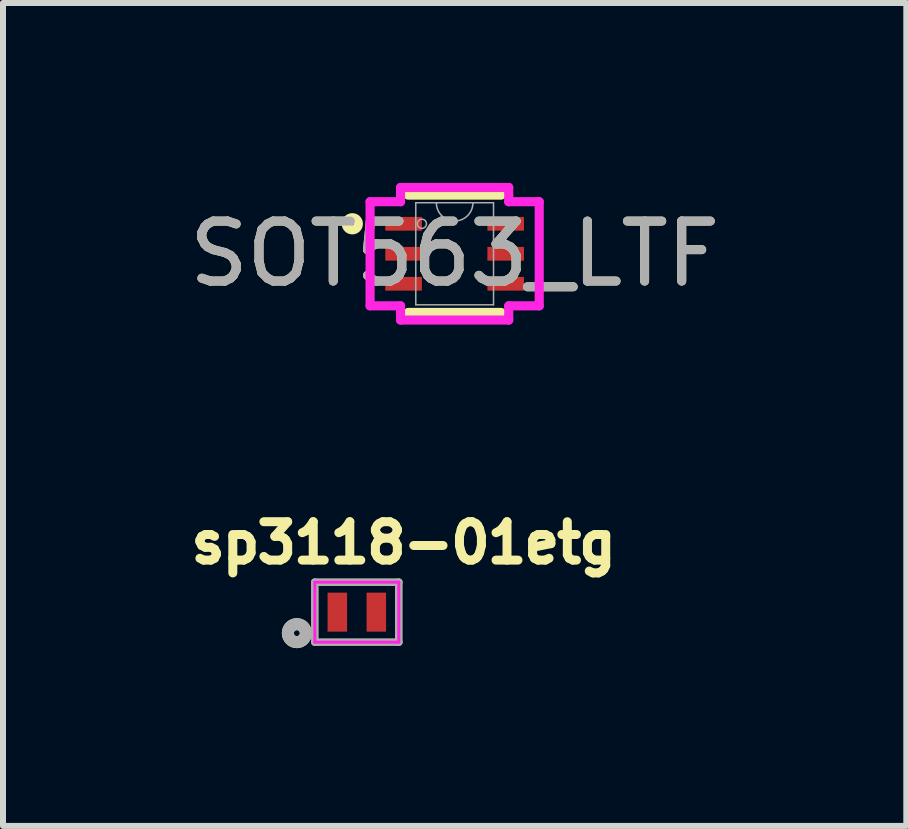
<source format=kicad_pcb>
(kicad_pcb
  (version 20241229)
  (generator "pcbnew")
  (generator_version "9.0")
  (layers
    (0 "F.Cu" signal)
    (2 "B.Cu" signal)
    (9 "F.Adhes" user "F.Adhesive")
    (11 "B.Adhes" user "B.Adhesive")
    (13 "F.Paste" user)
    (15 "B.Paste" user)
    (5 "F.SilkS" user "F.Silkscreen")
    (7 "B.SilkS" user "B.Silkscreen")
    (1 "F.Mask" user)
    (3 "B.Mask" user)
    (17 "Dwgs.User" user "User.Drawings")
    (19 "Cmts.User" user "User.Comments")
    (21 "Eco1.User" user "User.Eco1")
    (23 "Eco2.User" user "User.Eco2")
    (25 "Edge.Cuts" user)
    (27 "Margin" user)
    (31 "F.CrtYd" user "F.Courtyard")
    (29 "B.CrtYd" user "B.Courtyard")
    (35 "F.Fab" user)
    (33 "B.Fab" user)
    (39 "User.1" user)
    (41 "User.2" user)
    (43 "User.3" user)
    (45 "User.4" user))
  (footprint "sp3118-01etg"
    (layer "F.Cu")
    (at 2.899 7.156)
    (property "Reference" "sp3118-01etg" (at 0.782 -1.156 0) (layer "F.SilkS") (effects (font (size 0.64 0.64) (thickness 0.15))))
    (attr smd)
    (fp_poly (pts (xy -0.15 -0.3) (xy -0.15 0.3) (xy -0.15 0.303) (xy -0.15 0.305) (xy -0.151 0.308) (xy -0.151 0.31) (xy -0.152 0.313) (xy -0.152 0.315) (xy -0.153 0.318) (xy -0.154 0.32) (xy -0.155 0.323) (xy -0.157 0.325) (xy -0.158 0.327) (xy -0.16 0.329) (xy -0.161 0.331) (xy -0.163 0.333) (xy -0.165 0.335) (xy -0.167 0.337) (xy -0.169 0.339) (xy -0.171 0.34) (xy -0.173 0.342) (xy -0.175 0.343) (xy -0.177 0.345) (xy -0.18 0.346) (xy -0.182 0.347) (xy -0.185 0.348) (xy -0.187 0.348) (xy -0.19 0.349) (xy -0.192 0.349) (xy -0.195 0.35) (xy -0.197 0.35) (xy -0.2 0.35) (xy -0.5 0.35) (xy -0.503 0.35) (xy -0.505 0.35) (xy -0.508 0.349) (xy -0.51 0.349) (xy -0.513 0.348) (xy -0.515 0.348) (xy -0.518 0.347) (xy -0.52 0.346) (xy -0.523 0.345) (xy -0.525 0.343) (xy -0.527 0.342) (xy -0.529 0.34) (xy -0.531 0.339) (xy -0.533 0.337) (xy -0.535 0.335) (xy -0.537 0.333) (xy -0.539 0.331) (xy -0.54 0.329) (xy -0.542 0.327) (xy -0.543 0.325) (xy -0.545 0.323) (xy -0.546 0.32) (xy -0.547 0.318) (xy -0.548 0.315) (xy -0.548 0.313) (xy -0.549 0.31) (xy -0.549 0.308) (xy -0.55 0.305) (xy -0.55 0.303) (xy -0.55 0.3) (xy -0.55 -0.3) (xy -0.55 -0.303) (xy -0.55 -0.305) (xy -0.549 -0.308) (xy -0.549 -0.31) (xy -0.548 -0.313) (xy -0.548 -0.315) (xy -0.547 -0.318) (xy -0.546 -0.32) (xy -0.545 -0.323) (xy -0.543 -0.325) (xy -0.542 -0.327) (xy -0.54 -0.329) (xy -0.539 -0.331) (xy -0.537 -0.333) (xy -0.535 -0.335) (xy -0.533 -0.337) (xy -0.531 -0.339) (xy -0.529 -0.34) (xy -0.527 -0.342) (xy -0.525 -0.343) (xy -0.523 -0.345) (xy -0.52 -0.346) (xy -0.518 -0.347) (xy -0.515 -0.348) (xy -0.513 -0.348) (xy -0.51 -0.349) (xy -0.508 -0.349) (xy -0.505 -0.35) (xy -0.503 -0.35) (xy -0.5 -0.35) (xy -0.2 -0.35) (xy -0.197 -0.35) (xy -0.195 -0.35) (xy -0.192 -0.349) (xy -0.19 -0.349) (xy -0.187 -0.348) (xy -0.185 -0.348) (xy -0.182 -0.347) (xy -0.18 -0.346) (xy -0.177 -0.345) (xy -0.175 -0.343) (xy -0.173 -0.342) (xy -0.171 -0.34) (xy -0.169 -0.339) (xy -0.167 -0.337) (xy -0.165 -0.335) (xy -0.163 -0.333) (xy -0.161 -0.331) (xy -0.16 -0.329) (xy -0.158 -0.327) (xy -0.157 -0.325) (xy -0.155 -0.323) (xy -0.154 -0.32) (xy -0.153 -0.318) (xy -0.152 -0.315) (xy -0.152 -0.313) (xy -0.151 -0.31) (xy -0.151 -0.308) (xy -0.15 -0.305) (xy -0.15 -0.303) (xy -0.15 -0.3)) (stroke (width 0.01) (type solid)) (fill yes) (layer "F.Mask"))
    (fp_poly (pts (xy 0.55 -0.3) (xy 0.55 0.3) (xy 0.55 0.303) (xy 0.55 0.305) (xy 0.549 0.308) (xy 0.549 0.31) (xy 0.548 0.313) (xy 0.548 0.315) (xy 0.547 0.318) (xy 0.546 0.32) (xy 0.545 0.323) (xy 0.543 0.325) (xy 0.542 0.327) (xy 0.54 0.329) (xy 0.539 0.331) (xy 0.537 0.333) (xy 0.535 0.335) (xy 0.533 0.337) (xy 0.531 0.339) (xy 0.529 0.34) (xy 0.527 0.342) (xy 0.525 0.343) (xy 0.523 0.345) (xy 0.52 0.346) (xy 0.518 0.347) (xy 0.515 0.348) (xy 0.513 0.348) (xy 0.51 0.349) (xy 0.508 0.349) (xy 0.505 0.35) (xy 0.503 0.35) (xy 0.5 0.35) (xy 0.2 0.35) (xy 0.197 0.35) (xy 0.195 0.35) (xy 0.192 0.349) (xy 0.19 0.349) (xy 0.187 0.348) (xy 0.185 0.348) (xy 0.182 0.347) (xy 0.18 0.346) (xy 0.177 0.345) (xy 0.175 0.343) (xy 0.173 0.342) (xy 0.171 0.34) (xy 0.169 0.339) (xy 0.167 0.337) (xy 0.165 0.335) (xy 0.163 0.333) (xy 0.161 0.331) (xy 0.16 0.329) (xy 0.158 0.327) (xy 0.157 0.325) (xy 0.155 0.323) (xy 0.154 0.32) (xy 0.153 0.318) (xy 0.152 0.315) (xy 0.152 0.313) (xy 0.151 0.31) (xy 0.151 0.308) (xy 0.15 0.305) (xy 0.15 0.303) (xy 0.15 0.3) (xy 0.15 -0.3) (xy 0.15 -0.303) (xy 0.15 -0.305) (xy 0.151 -0.308) (xy 0.151 -0.31) (xy 0.152 -0.313) (xy 0.152 -0.315) (xy 0.153 -0.318) (xy 0.154 -0.32) (xy 0.155 -0.323) (xy 0.157 -0.325) (xy 0.158 -0.327) (xy 0.16 -0.329) (xy 0.161 -0.331) (xy 0.163 -0.333) (xy 0.165 -0.335) (xy 0.167 -0.337) (xy 0.169 -0.339) (xy 0.171 -0.34) (xy 0.173 -0.342) (xy 0.175 -0.343) (xy 0.177 -0.345) (xy 0.18 -0.346) (xy 0.182 -0.347) (xy 0.185 -0.348) (xy 0.187 -0.348) (xy 0.19 -0.349) (xy 0.192 -0.349) (xy 0.195 -0.35) (xy 0.197 -0.35) (xy 0.2 -0.35) (xy 0.5 -0.35) (xy 0.503 -0.35) (xy 0.505 -0.35) (xy 0.508 -0.349) (xy 0.51 -0.349) (xy 0.513 -0.348) (xy 0.515 -0.348) (xy 0.518 -0.347) (xy 0.52 -0.346) (xy 0.523 -0.345) (xy 0.525 -0.343) (xy 0.527 -0.342) (xy 0.529 -0.34) (xy 0.531 -0.339) (xy 0.533 -0.337) (xy 0.535 -0.335) (xy 0.537 -0.333) (xy 0.539 -0.331) (xy 0.54 -0.329) (xy 0.542 -0.327) (xy 0.543 -0.325) (xy 0.545 -0.323) (xy 0.546 -0.32) (xy 0.547 -0.318) (xy 0.548 -0.315) (xy 0.548 -0.313) (xy 0.549 -0.31) (xy 0.549 -0.308) (xy 0.55 -0.305) (xy 0.55 -0.303) (xy 0.55 -0.3)) (stroke (width 0.01) (type solid)) (fill yes) (layer "F.Mask"))
    (fp_line (start -0.7 -0.5) (end -0.6 -0.5) (stroke (width 0.1) (type default)) (layer "F.SilkS"))
    (fp_line (start -0.7 0.5) (end -0.7 -0.5) (stroke (width 0.1) (type default)) (layer "F.SilkS"))
    (fp_line (start -0.6 -0.5) (end 0.7 -0.5) (stroke (width 0.1) (type default)) (layer "F.SilkS"))
    (fp_line (start 0.7 -0.5) (end 0.7 0.5) (stroke (width 0.1) (type default)) (layer "F.SilkS"))
    (fp_line (start 0.7 0.5) (end -0.7 0.5) (stroke (width 0.1) (type default)) (layer "F.SilkS"))
    (fp_circle (center -1 0.35) (end -0.95 0.35) (stroke (width 0.2) (type solid)) (fill no) (layer "F.SilkS"))
    (fp_poly (pts (xy -0.5 -0.3) (xy -0.2 -0.3) (xy -0.2 0.3) (xy -0.5 0.3)) (stroke (width 0.01) (type solid)) (fill yes) (layer "F.Paste"))
    (fp_poly (pts (xy 0.2 -0.3) (xy 0.5 -0.3) (xy 0.5 0.3) (xy 0.2 0.3)) (stroke (width 0.01) (type solid)) (fill yes) (layer "F.Paste"))
    (fp_line (start -0.7 -0.5) (end 0.7 -0.5) (stroke (width 0.05) (type solid)) (layer "F.CrtYd"))
    (fp_line (start -0.7 0.5) (end -0.7 -0.5) (stroke (width 0.05) (type solid)) (layer "F.CrtYd"))
    (fp_line (start 0.7 -0.5) (end 0.7 0.5) (stroke (width 0.05) (type solid)) (layer "F.CrtYd"))
    (fp_line (start 0.7 0.5) (end -0.7 0.5) (stroke (width 0.05) (type solid)) (layer "F.CrtYd"))
    (fp_line (start -0.7 -0.5) (end 0.7 -0.5) (stroke (width 0.127) (type solid)) (layer "F.Fab"))
    (fp_line (start -0.7 0.5) (end -0.7 -0.5) (stroke (width 0.127) (type solid)) (layer "F.Fab"))
    (fp_line (start 0.7 -0.5) (end 0.7 0.5) (stroke (width 0.127) (type solid)) (layer "F.Fab"))
    (fp_line (start 0.7 0.5) (end -0.7 0.5) (stroke (width 0.127) (type solid)) (layer "F.Fab"))
    (fp_circle (center -1 0.35) (end -0.95 0.35) (stroke (width 0.2) (type solid)) (fill no) (layer "F.Fab"))
    (pad "1" smd rect (at -0.325 0) (size 0.325 0.65) (layers "F.Cu"))
    (pad "2" smd rect (at 0.325 0) (size 0.325 0.65) (layers "F.Cu")))
  (footprint "SOT563_LTF"
    (layer "F.Cu")
    (at 4.53 1.181)
    (property "Reference" "SOT563_LTF" (at 0 0 0) (unlocked yes) (layer "F.SilkS") (effects (font (size 1 1) (thickness 0.15))))
    (attr smd)
    (fp_line (start -0.775 0.978) (end 0.775 0.978) (stroke (width 0.152) (type solid)) (layer "F.SilkS"))
    (fp_line (start 0.775 -0.978) (end -0.775 -0.978) (stroke (width 0.152) (type solid)) (layer "F.SilkS"))
    (fp_circle (center -1.706 -0.5) (end -1.605 -0.5) (stroke (width 0.152) (type solid)) (fill no) (layer "F.SilkS"))
    (fp_line (start -1.41 -0.868) (end -0.902 -0.868) (stroke (width 0.152) (type solid)) (layer "F.CrtYd"))
    (fp_line (start -1.41 0.868) (end -1.41 -0.868) (stroke (width 0.152) (type solid)) (layer "F.CrtYd"))
    (fp_line (start -1.41 0.868) (end -0.902 0.868) (stroke (width 0.152) (type solid)) (layer "F.CrtYd"))
    (fp_line (start -0.902 -1.105) (end 0.902 -1.105) (stroke (width 0.152) (type solid)) (layer "F.CrtYd"))
    (fp_line (start -0.902 -0.868) (end -0.902 -1.105) (stroke (width 0.152) (type solid)) (layer "F.CrtYd"))
    (fp_line (start -0.902 1.105) (end -0.902 0.868) (stroke (width 0.152) (type solid)) (layer "F.CrtYd"))
    (fp_line (start 0.902 -1.105) (end 0.902 -0.868) (stroke (width 0.152) (type solid)) (layer "F.CrtYd"))
    (fp_line (start 0.902 0.868) (end 0.902 1.105) (stroke (width 0.152) (type solid)) (layer "F.CrtYd"))
    (fp_line (start 0.902 1.105) (end -0.902 1.105) (stroke (width 0.152) (type solid)) (layer "F.CrtYd"))
    (fp_line (start 1.41 -0.868) (end 0.902 -0.868) (stroke (width 0.152) (type solid)) (layer "F.CrtYd"))
    (fp_line (start 1.41 -0.868) (end 1.41 0.868) (stroke (width 0.152) (type solid)) (layer "F.CrtYd"))
    (fp_line (start 1.41 0.868) (end 0.902 0.868) (stroke (width 0.152) (type solid)) (layer "F.CrtYd"))
    (fp_line (start -0.648 -0.851) (end -0.648 0.851) (stroke (width 0.025) (type solid)) (layer "F.Fab"))
    (fp_line (start -0.648 0.851) (end 0.648 0.851) (stroke (width 0.025) (type solid)) (layer "F.Fab"))
    (fp_line (start 0.648 -0.851) (end -0.648 -0.851) (stroke (width 0.025) (type solid)) (layer "F.Fab"))
    (fp_line (start 0.648 0.851) (end 0.648 -0.851) (stroke (width 0.025) (type solid)) (layer "F.Fab"))
    (fp_arc (start 0.3048 -0.8509) (mid 0 -0.5461) (end -0.3048 -0.8509) (stroke (width 0.0254) (type solid)) (layer "F.Fab"))
    (fp_circle (center -0.546 -0.5) (end -0.47 -0.5) (stroke (width 0.025) (type solid)) (fill no) (layer "F.Fab"))
    (fp_text user "${REFERENCE}" (at 0 0 0) (unlocked yes) (layer "F.Fab") (effects (font (size 1 1) (thickness 0.15))))
    (pad "1" smd rect (at -0.851 -0.5) (size 0.61 0.229) (layers "F.Cu" "F.Mask" "F.Paste"))
    (pad "2" smd rect (at -0.851 0) (size 0.61 0.229) (layers "F.Cu" "F.Mask" "F.Paste"))
    (pad "3" smd rect (at -0.851 0.5) (size 0.61 0.229) (layers "F.Cu" "F.Mask" "F.Paste"))
    (pad "4" smd rect (at 0.851 0.5) (size 0.61 0.229) (layers "F.Cu" "F.Mask" "F.Paste"))
    (pad "5" smd rect (at 0.851 0) (size 0.61 0.229) (layers "F.Cu" "F.Mask" "F.Paste"))
    (pad "6" smd rect (at 0.851 -0.5) (size 0.61 0.229) (layers "F.Cu" "F.Mask" "F.Paste")))
  (gr_rect
    (start -3 -3)
    (end 12.06 10.72)
    (stroke (width 0.1) (type default))
    (fill no)
    (layer "Edge.Cuts")))
</source>
